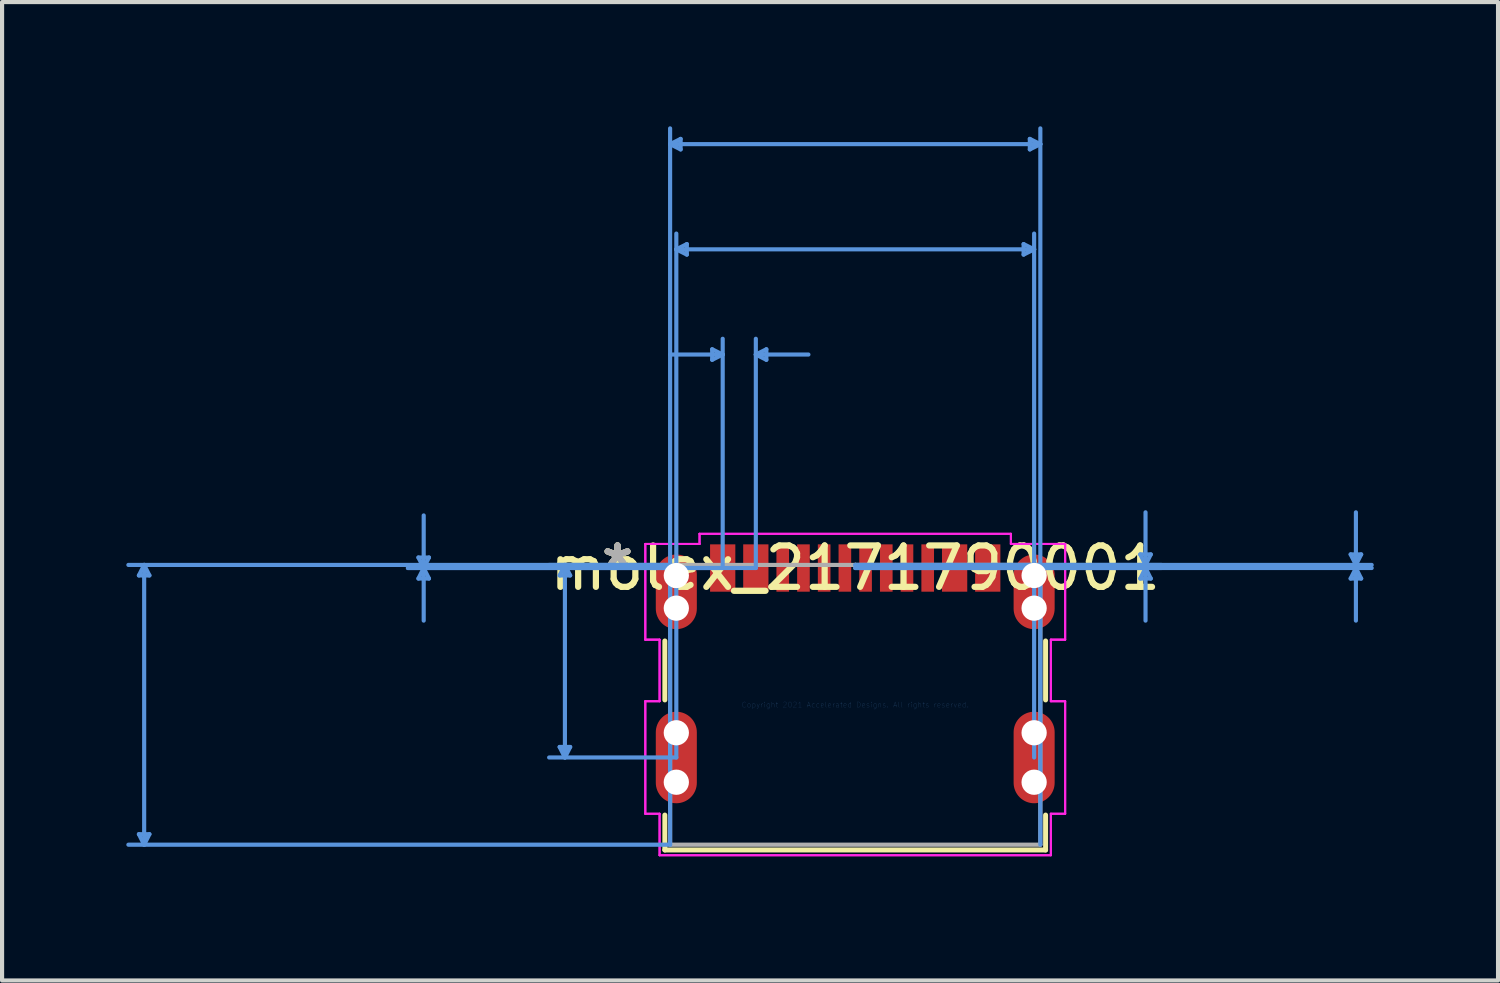
<source format=kicad_pcb>
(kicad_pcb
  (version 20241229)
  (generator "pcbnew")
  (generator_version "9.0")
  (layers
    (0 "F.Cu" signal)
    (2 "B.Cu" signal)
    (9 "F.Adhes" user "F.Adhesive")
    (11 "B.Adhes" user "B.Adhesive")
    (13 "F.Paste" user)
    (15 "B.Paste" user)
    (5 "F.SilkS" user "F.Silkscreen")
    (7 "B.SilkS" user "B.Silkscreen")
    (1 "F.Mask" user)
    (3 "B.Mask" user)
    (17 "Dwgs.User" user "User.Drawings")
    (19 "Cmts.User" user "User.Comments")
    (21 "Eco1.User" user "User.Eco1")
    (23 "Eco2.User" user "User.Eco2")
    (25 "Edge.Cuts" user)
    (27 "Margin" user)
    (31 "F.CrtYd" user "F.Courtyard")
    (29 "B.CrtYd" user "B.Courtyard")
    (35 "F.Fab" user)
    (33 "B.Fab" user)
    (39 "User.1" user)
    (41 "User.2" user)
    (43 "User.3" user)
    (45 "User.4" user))
  (footprint "molex_2171790001"
    (layer "F.Cu")
    (at 17.601 13.969)
    (property "Reference" "molex_2171790001" (at 0 -3.303 0) (layer "F.SilkS") (effects (font (size 1 1) (thickness 0.15))))
    (attr through_hole)
    (fp_line (start -4.597 -1.542) (end -4.597 -0.118) (stroke (width 0.12) (type solid)) (layer "F.SilkS"))
    (fp_line (start -4.597 2.662) (end -4.597 3.505) (stroke (width 0.12) (type solid)) (layer "F.SilkS"))
    (fp_line (start -4.597 3.505) (end 4.597 3.505) (stroke (width 0.12) (type solid)) (layer "F.SilkS"))
    (fp_line (start 4.597 -0.118) (end 4.597 -1.542) (stroke (width 0.12) (type solid)) (layer "F.SilkS"))
    (fp_line (start 4.597 3.505) (end 4.597 2.662) (stroke (width 0.12) (type solid)) (layer "F.SilkS"))
    (fp_line (start -17.297 -3.124) (end -17.043 -3.124) (stroke (width 0.1) (type solid)) (layer "Cmts.User"))
    (fp_line (start -17.297 3.124) (end -17.043 3.124) (stroke (width 0.1) (type solid)) (layer "Cmts.User"))
    (fp_line (start -17.17 -3.378) (end -17.297 -3.124) (stroke (width 0.1) (type solid)) (layer "Cmts.User"))
    (fp_line (start -17.17 -3.378) (end -17.17 3.378) (stroke (width 0.1) (type solid)) (layer "Cmts.User"))
    (fp_line (start -17.17 -3.378) (end -17.043 -3.124) (stroke (width 0.1) (type solid)) (layer "Cmts.User"))
    (fp_line (start -17.17 3.378) (end -17.297 3.124) (stroke (width 0.1) (type solid)) (layer "Cmts.User"))
    (fp_line (start -17.17 3.378) (end -17.043 3.124) (stroke (width 0.1) (type solid)) (layer "Cmts.User"))
    (fp_line (start -10.547 -3.557) (end -10.293 -3.557) (stroke (width 0.1) (type solid)) (layer "Cmts.User"))
    (fp_line (start -10.547 -3.049) (end -10.293 -3.049) (stroke (width 0.1) (type solid)) (layer "Cmts.User"))
    (fp_line (start -10.42 -3.303) (end -10.547 -3.557) (stroke (width 0.1) (type solid)) (layer "Cmts.User"))
    (fp_line (start -10.42 -3.303) (end -10.547 -3.049) (stroke (width 0.1) (type solid)) (layer "Cmts.User"))
    (fp_line (start -10.42 -3.303) (end -10.42 -4.573) (stroke (width 0.1) (type solid)) (layer "Cmts.User"))
    (fp_line (start -10.42 -3.303) (end -10.42 -2.033) (stroke (width 0.1) (type solid)) (layer "Cmts.User"))
    (fp_line (start -10.42 -3.303) (end -10.293 -3.557) (stroke (width 0.1) (type solid)) (layer "Cmts.User"))
    (fp_line (start -10.42 -3.303) (end -10.293 -3.049) (stroke (width 0.1) (type solid)) (layer "Cmts.User"))
    (fp_line (start -7.137 -3.124) (end -6.883 -3.124) (stroke (width 0.1) (type solid)) (layer "Cmts.User"))
    (fp_line (start -7.137 1.018) (end -6.883 1.018) (stroke (width 0.1) (type solid)) (layer "Cmts.User"))
    (fp_line (start -7.01 -3.378) (end -7.137 -3.124) (stroke (width 0.1) (type solid)) (layer "Cmts.User"))
    (fp_line (start -7.01 -3.378) (end -7.01 1.272) (stroke (width 0.1) (type solid)) (layer "Cmts.User"))
    (fp_line (start -7.01 -3.378) (end -6.883 -3.124) (stroke (width 0.1) (type solid)) (layer "Cmts.User"))
    (fp_line (start -7.01 1.272) (end -7.137 1.018) (stroke (width 0.1) (type solid)) (layer "Cmts.User"))
    (fp_line (start -7.01 1.272) (end -6.883 1.018) (stroke (width 0.1) (type solid)) (layer "Cmts.User"))
    (fp_line (start -4.47 -13.538) (end -4.216 -13.665) (stroke (width 0.1) (type solid)) (layer "Cmts.User"))
    (fp_line (start -4.47 -13.538) (end -4.216 -13.411) (stroke (width 0.1) (type solid)) (layer "Cmts.User"))
    (fp_line (start -4.47 -13.538) (end 4.47 -13.538) (stroke (width 0.1) (type solid)) (layer "Cmts.User"))
    (fp_line (start -4.47 -3.378) (end -17.551 -3.378) (stroke (width 0.1) (type solid)) (layer "Cmts.User"))
    (fp_line (start -4.47 -3.378) (end -7.391 -3.378) (stroke (width 0.1) (type solid)) (layer "Cmts.User"))
    (fp_line (start -4.47 3.378) (end -17.551 3.378) (stroke (width 0.1) (type solid)) (layer "Cmts.User"))
    (fp_line (start -4.47 3.378) (end -4.47 -13.919) (stroke (width 0.1) (type solid)) (layer "Cmts.User"))
    (fp_line (start -4.32 -10.998) (end -4.066 -11.125) (stroke (width 0.1) (type solid)) (layer "Cmts.User"))
    (fp_line (start -4.32 -10.998) (end -4.066 -10.871) (stroke (width 0.1) (type solid)) (layer "Cmts.User"))
    (fp_line (start -4.32 -10.998) (end 4.32 -10.998) (stroke (width 0.1) (type solid)) (layer "Cmts.User"))
    (fp_line (start -4.32 1.272) (end -7.391 1.272) (stroke (width 0.1) (type solid)) (layer "Cmts.User"))
    (fp_line (start -4.32 1.272) (end -4.32 -11.379) (stroke (width 0.1) (type solid)) (layer "Cmts.User"))
    (fp_line (start -4.216 -13.665) (end -4.216 -13.411) (stroke (width 0.1) (type solid)) (layer "Cmts.User"))
    (fp_line (start -4.066 -11.125) (end -4.066 -10.871) (stroke (width 0.1) (type solid)) (layer "Cmts.User"))
    (fp_line (start -3.454 -8.585) (end -3.454 -8.331) (stroke (width 0.1) (type solid)) (layer "Cmts.User"))
    (fp_line (start -3.2 -8.458) (end -4.47 -8.458) (stroke (width 0.1) (type solid)) (layer "Cmts.User"))
    (fp_line (start -3.2 -8.458) (end -3.454 -8.585) (stroke (width 0.1) (type solid)) (layer "Cmts.User"))
    (fp_line (start -3.2 -8.458) (end -3.454 -8.331) (stroke (width 0.1) (type solid)) (layer "Cmts.User"))
    (fp_line (start -3.2 -3.303) (end -10.801 -3.303) (stroke (width 0.1) (type solid)) (layer "Cmts.User"))
    (fp_line (start -3.2 -3.303) (end -3.2 -8.839) (stroke (width 0.1) (type solid)) (layer "Cmts.User"))
    (fp_line (start -2.4 -8.458) (end -2.146 -8.585) (stroke (width 0.1) (type solid)) (layer "Cmts.User"))
    (fp_line (start -2.4 -8.458) (end -2.146 -8.331) (stroke (width 0.1) (type solid)) (layer "Cmts.User"))
    (fp_line (start -2.4 -8.458) (end -1.13 -8.458) (stroke (width 0.1) (type solid)) (layer "Cmts.User"))
    (fp_line (start -2.4 -3.303) (end -10.801 -3.303) (stroke (width 0.1) (type solid)) (layer "Cmts.User"))
    (fp_line (start -2.4 -3.303) (end -2.4 -8.839) (stroke (width 0.1) (type solid)) (layer "Cmts.User"))
    (fp_line (start -2.146 -8.585) (end -2.146 -8.331) (stroke (width 0.1) (type solid)) (layer "Cmts.User"))
    (fp_line (start 0 -3.378) (end 7.391 -3.378) (stroke (width 0.1) (type solid)) (layer "Cmts.User"))
    (fp_line (start 0 -3.378) (end 12.471 -3.378) (stroke (width 0.1) (type solid)) (layer "Cmts.User"))
    (fp_line (start 0 -3.303) (end 7.391 -3.303) (stroke (width 0.1) (type solid)) (layer "Cmts.User"))
    (fp_line (start 0 -3.303) (end 12.471 -3.303) (stroke (width 0.1) (type solid)) (layer "Cmts.User"))
    (fp_line (start 4.066 -11.125) (end 4.066 -10.871) (stroke (width 0.1) (type solid)) (layer "Cmts.User"))
    (fp_line (start 4.216 -13.665) (end 4.216 -13.411) (stroke (width 0.1) (type solid)) (layer "Cmts.User"))
    (fp_line (start 4.32 -10.998) (end 4.066 -11.125) (stroke (width 0.1) (type solid)) (layer "Cmts.User"))
    (fp_line (start 4.32 -10.998) (end 4.066 -10.871) (stroke (width 0.1) (type solid)) (layer "Cmts.User"))
    (fp_line (start 4.32 1.272) (end 4.32 -11.379) (stroke (width 0.1) (type solid)) (layer "Cmts.User"))
    (fp_line (start 4.47 -13.538) (end 4.216 -13.665) (stroke (width 0.1) (type solid)) (layer "Cmts.User"))
    (fp_line (start 4.47 -13.538) (end 4.216 -13.411) (stroke (width 0.1) (type solid)) (layer "Cmts.User"))
    (fp_line (start 4.47 3.378) (end 4.47 -13.919) (stroke (width 0.1) (type solid)) (layer "Cmts.User"))
    (fp_line (start 6.883 -3.632) (end 7.137 -3.632) (stroke (width 0.1) (type solid)) (layer "Cmts.User"))
    (fp_line (start 6.883 -3.049) (end 7.137 -3.049) (stroke (width 0.1) (type solid)) (layer "Cmts.User"))
    (fp_line (start 7.01 -3.378) (end 6.883 -3.632) (stroke (width 0.1) (type solid)) (layer "Cmts.User"))
    (fp_line (start 7.01 -3.378) (end 7.01 -4.648) (stroke (width 0.1) (type solid)) (layer "Cmts.User"))
    (fp_line (start 7.01 -3.378) (end 7.137 -3.632) (stroke (width 0.1) (type solid)) (layer "Cmts.User"))
    (fp_line (start 7.01 -3.303) (end 6.883 -3.049) (stroke (width 0.1) (type solid)) (layer "Cmts.User"))
    (fp_line (start 7.01 -3.303) (end 7.01 -2.033) (stroke (width 0.1) (type solid)) (layer "Cmts.User"))
    (fp_line (start 7.01 -3.303) (end 7.137 -3.049) (stroke (width 0.1) (type solid)) (layer "Cmts.User"))
    (fp_line (start 11.963 -3.632) (end 12.217 -3.632) (stroke (width 0.1) (type solid)) (layer "Cmts.User"))
    (fp_line (start 11.963 -3.049) (end 12.217 -3.049) (stroke (width 0.1) (type solid)) (layer "Cmts.User"))
    (fp_line (start 12.09 -3.378) (end 11.963 -3.632) (stroke (width 0.1) (type solid)) (layer "Cmts.User"))
    (fp_line (start 12.09 -3.378) (end 12.09 -4.648) (stroke (width 0.1) (type solid)) (layer "Cmts.User"))
    (fp_line (start 12.09 -3.378) (end 12.217 -3.632) (stroke (width 0.1) (type solid)) (layer "Cmts.User"))
    (fp_line (start 12.09 -3.303) (end 11.963 -3.049) (stroke (width 0.1) (type solid)) (layer "Cmts.User"))
    (fp_line (start 12.09 -3.303) (end 12.09 -2.033) (stroke (width 0.1) (type solid)) (layer "Cmts.User"))
    (fp_line (start 12.09 -3.303) (end 12.217 -3.049) (stroke (width 0.1) (type solid)) (layer "Cmts.User"))
    (fp_line (start -5.069 -3.884) (end -5.069 -1.573) (stroke (width 0.05) (type solid)) (layer "F.CrtYd"))
    (fp_line (start -5.069 -3.884) (end -5.069 -1.573) (stroke (width 0.05) (type solid)) (layer "F.CrtYd"))
    (fp_line (start -5.069 -1.573) (end -4.724 -1.573) (stroke (width 0.05) (type solid)) (layer "F.CrtYd"))
    (fp_line (start -5.069 -1.573) (end -4.724 -1.573) (stroke (width 0.05) (type solid)) (layer "F.CrtYd"))
    (fp_line (start -5.069 -0.087) (end -5.069 2.631) (stroke (width 0.05) (type solid)) (layer "F.CrtYd"))
    (fp_line (start -5.069 -0.087) (end -5.069 2.631) (stroke (width 0.05) (type solid)) (layer "F.CrtYd"))
    (fp_line (start -5.069 2.631) (end -4.724 2.631) (stroke (width 0.05) (type solid)) (layer "F.CrtYd"))
    (fp_line (start -5.069 2.631) (end -4.724 2.631) (stroke (width 0.05) (type solid)) (layer "F.CrtYd"))
    (fp_line (start -4.724 -1.573) (end -4.724 -0.087) (stroke (width 0.05) (type solid)) (layer "F.CrtYd"))
    (fp_line (start -4.724 -1.573) (end -4.724 -0.087) (stroke (width 0.05) (type solid)) (layer "F.CrtYd"))
    (fp_line (start -4.724 -0.087) (end -5.069 -0.087) (stroke (width 0.05) (type solid)) (layer "F.CrtYd"))
    (fp_line (start -4.724 -0.087) (end -5.069 -0.087) (stroke (width 0.05) (type solid)) (layer "F.CrtYd"))
    (fp_line (start -4.724 2.631) (end -4.724 3.632) (stroke (width 0.05) (type solid)) (layer "F.CrtYd"))
    (fp_line (start -4.724 2.631) (end -4.724 3.632) (stroke (width 0.05) (type solid)) (layer "F.CrtYd"))
    (fp_line (start -4.724 3.632) (end 4.724 3.632) (stroke (width 0.05) (type solid)) (layer "F.CrtYd"))
    (fp_line (start -4.724 3.632) (end 4.724 3.632) (stroke (width 0.05) (type solid)) (layer "F.CrtYd"))
    (fp_line (start -3.759 -4.129) (end -3.759 -3.884) (stroke (width 0.05) (type solid)) (layer "F.CrtYd"))
    (fp_line (start -3.759 -4.129) (end -3.759 -3.884) (stroke (width 0.05) (type solid)) (layer "F.CrtYd"))
    (fp_line (start -3.759 -3.884) (end -5.069 -3.884) (stroke (width 0.05) (type solid)) (layer "F.CrtYd"))
    (fp_line (start -3.759 -3.884) (end -5.069 -3.884) (stroke (width 0.05) (type solid)) (layer "F.CrtYd"))
    (fp_line (start 3.759 -4.129) (end -3.759 -4.129) (stroke (width 0.05) (type solid)) (layer "F.CrtYd"))
    (fp_line (start 3.759 -4.129) (end -3.759 -4.129) (stroke (width 0.05) (type solid)) (layer "F.CrtYd"))
    (fp_line (start 3.759 -3.884) (end 3.759 -4.129) (stroke (width 0.05) (type solid)) (layer "F.CrtYd"))
    (fp_line (start 3.759 -3.884) (end 3.759 -4.129) (stroke (width 0.05) (type solid)) (layer "F.CrtYd"))
    (fp_line (start 4.724 -1.573) (end 5.069 -1.573) (stroke (width 0.05) (type solid)) (layer "F.CrtYd"))
    (fp_line (start 4.724 -1.573) (end 5.069 -1.573) (stroke (width 0.05) (type solid)) (layer "F.CrtYd"))
    (fp_line (start 4.724 -0.087) (end 4.724 -1.573) (stroke (width 0.05) (type solid)) (layer "F.CrtYd"))
    (fp_line (start 4.724 -0.087) (end 4.724 -1.573) (stroke (width 0.05) (type solid)) (layer "F.CrtYd"))
    (fp_line (start 4.724 2.631) (end 5.069 2.631) (stroke (width 0.05) (type solid)) (layer "F.CrtYd"))
    (fp_line (start 4.724 2.631) (end 5.069 2.631) (stroke (width 0.05) (type solid)) (layer "F.CrtYd"))
    (fp_line (start 4.724 3.632) (end 4.724 2.631) (stroke (width 0.05) (type solid)) (layer "F.CrtYd"))
    (fp_line (start 4.724 3.632) (end 4.724 2.631) (stroke (width 0.05) (type solid)) (layer "F.CrtYd"))
    (fp_line (start 5.069 -3.884) (end 3.759 -3.884) (stroke (width 0.05) (type solid)) (layer "F.CrtYd"))
    (fp_line (start 5.069 -3.884) (end 3.759 -3.884) (stroke (width 0.05) (type solid)) (layer "F.CrtYd"))
    (fp_line (start 5.069 -1.573) (end 5.069 -3.884) (stroke (width 0.05) (type solid)) (layer "F.CrtYd"))
    (fp_line (start 5.069 -1.573) (end 5.069 -3.884) (stroke (width 0.05) (type solid)) (layer "F.CrtYd"))
    (fp_line (start 5.069 -0.087) (end 4.724 -0.087) (stroke (width 0.05) (type solid)) (layer "F.CrtYd"))
    (fp_line (start 5.069 -0.087) (end 4.724 -0.087) (stroke (width 0.05) (type solid)) (layer "F.CrtYd"))
    (fp_line (start 5.069 2.631) (end 5.069 -0.087) (stroke (width 0.05) (type solid)) (layer "F.CrtYd"))
    (fp_line (start 5.069 2.631) (end 5.069 -0.087) (stroke (width 0.05) (type solid)) (layer "F.CrtYd"))
    (fp_line (start -4.47 -3.378) (end -4.47 3.378) (stroke (width 0.1) (type solid)) (layer "F.Fab"))
    (fp_line (start -4.47 3.378) (end 4.47 3.378) (stroke (width 0.1) (type solid)) (layer "F.Fab"))
    (fp_line (start 0 -3.378) (end 0 -3.378) (stroke (width 0.1) (type solid)) (layer "F.Fab"))
    (fp_line (start 0 -3.378) (end 0 -3.378) (stroke (width 0.1) (type solid)) (layer "F.Fab"))
    (fp_line (start 0 -3.378) (end 0 -3.378) (stroke (width 0.1) (type solid)) (layer "F.Fab"))
    (fp_line (start 0 -3.378) (end 0 -3.378) (stroke (width 0.1) (type solid)) (layer "F.Fab"))
    (fp_line (start 4.47 -3.378) (end -4.47 -3.378) (stroke (width 0.1) (type solid)) (layer "F.Fab"))
    (fp_line (start 4.47 3.378) (end 4.47 -3.378) (stroke (width 0.1) (type solid)) (layer "F.Fab"))
    (fp_text user "*" (at -5.74 -3.303 0) (layer "F.SilkS") (effects (font (size 1 1) (thickness 0.15))))
    (fp_text user "*" (at -5.74 -3.303 0) (layer "F.SilkS") (effects (font (size 1 1) (thickness 0.15))))
    (fp_text user "Copyright 2021 Accelerated Designs. All rights reserved." (at 0 0 0) (layer "Cmts.User") (effects (font (size 0.127 0.127) (thickness 0.002))))
    (fp_text user "*" (at -5.74 -3.303 0) (layer "F.Fab") (effects (font (size 1 1) (thickness 0.15))))
    (fp_text user "*" (at -5.74 -3.303 0) (layer "F.Fab") (effects (font (size 1 1) (thickness 0.15))))
    (pad "" np_thru_hole circle (at -4.32 -3.122) (size 0.61 0.61) (drill 0.61) (layers "*.Cu" "*.Mask"))
    (pad "" np_thru_hole circle (at -4.32 -2.334) (size 0.61 0.61) (drill 0.61) (layers "*.Cu" "*.Mask"))
    (pad "" np_thru_hole circle (at -4.32 0.675) (size 0.61 0.61) (drill 0.61) (layers "*.Cu" "*.Mask"))
    (pad "" np_thru_hole circle (at -4.32 1.869) (size 0.61 0.61) (drill 0.61) (layers "*.Cu" "*.Mask"))
    (pad "" np_thru_hole circle (at 4.32 -3.122) (size 0.61 0.61) (drill 0.61) (layers "*.Cu" "*.Mask"))
    (pad "" np_thru_hole circle (at 4.32 -2.334) (size 0.61 0.61) (drill 0.61) (layers "*.Cu" "*.Mask"))
    (pad "" np_thru_hole circle (at 4.32 0.675) (size 0.61 0.61) (drill 0.61) (layers "*.Cu" "*.Mask"))
    (pad "" np_thru_hole circle (at 4.32 1.869) (size 0.61 0.61) (drill 0.61) (layers "*.Cu" "*.Mask"))
    (pad "13" smd oval (at -4.32 1.272) (size 0.991 2.21) (layers "F.Cu" "F.Mask" "F.Paste"))
    (pad "14" smd oval (at 4.32 1.272) (size 0.991 2.21) (layers "F.Cu" "F.Mask" "F.Paste"))
    (pad "15" smd oval (at -4.32 -2.728) (size 0.991 1.803) (layers "F.Cu" "F.Mask" "F.Paste"))
    (pad "16" smd oval (at 4.32 -2.728) (size 0.991 1.803) (layers "F.Cu" "F.Mask" "F.Paste"))
    (pad "A1/B12" smd rect (at -3.2 -3.303) (size 0.61 1.143) (layers "F.Cu" "F.Mask" "F.Paste"))
    (pad "A4/B9" smd rect (at -2.4 -3.303) (size 0.61 1.143) (layers "F.Cu" "F.Mask" "F.Paste"))
    (pad "A5" smd rect (at -1.25 -3.303) (size 0.305 1.143) (layers "F.Cu" "F.Mask" "F.Paste"))
    (pad "A6" smd rect (at -0.25 -3.303) (size 0.305 1.143) (layers "F.Cu" "F.Mask" "F.Paste"))
    (pad "A7" smd rect (at 0.25 -3.303) (size 0.305 1.143) (layers "F.Cu" "F.Mask" "F.Paste"))
    (pad "A8" smd rect (at 1.25 -3.303) (size 0.305 1.143) (layers "F.Cu" "F.Mask" "F.Paste"))
    (pad "B1/A12" smd rect (at 3.2 -3.303) (size 0.61 1.143) (layers "F.Cu" "F.Mask" "F.Paste"))
    (pad "B4/A9" smd rect (at 2.4 -3.303) (size 0.61 1.143) (layers "F.Cu" "F.Mask" "F.Paste"))
    (pad "B5" smd rect (at 1.75 -3.303) (size 0.305 1.143) (layers "F.Cu" "F.Mask" "F.Paste"))
    (pad "B6" smd rect (at 0.75 -3.303) (size 0.305 1.143) (layers "F.Cu" "F.Mask" "F.Paste"))
    (pad "B7" smd rect (at -0.75 -3.303) (size 0.305 1.143) (layers "F.Cu" "F.Mask" "F.Paste"))
    (pad "B8" smd rect (at -1.75 -3.303) (size 0.305 1.143) (layers "F.Cu" "F.Mask" "F.Paste")))
  (gr_rect
    (start -3 -3)
    (end 33.123 20.626)
    (stroke (width 0.1) (type default))
    (fill no)
    (layer "Edge.Cuts")))
</source>
